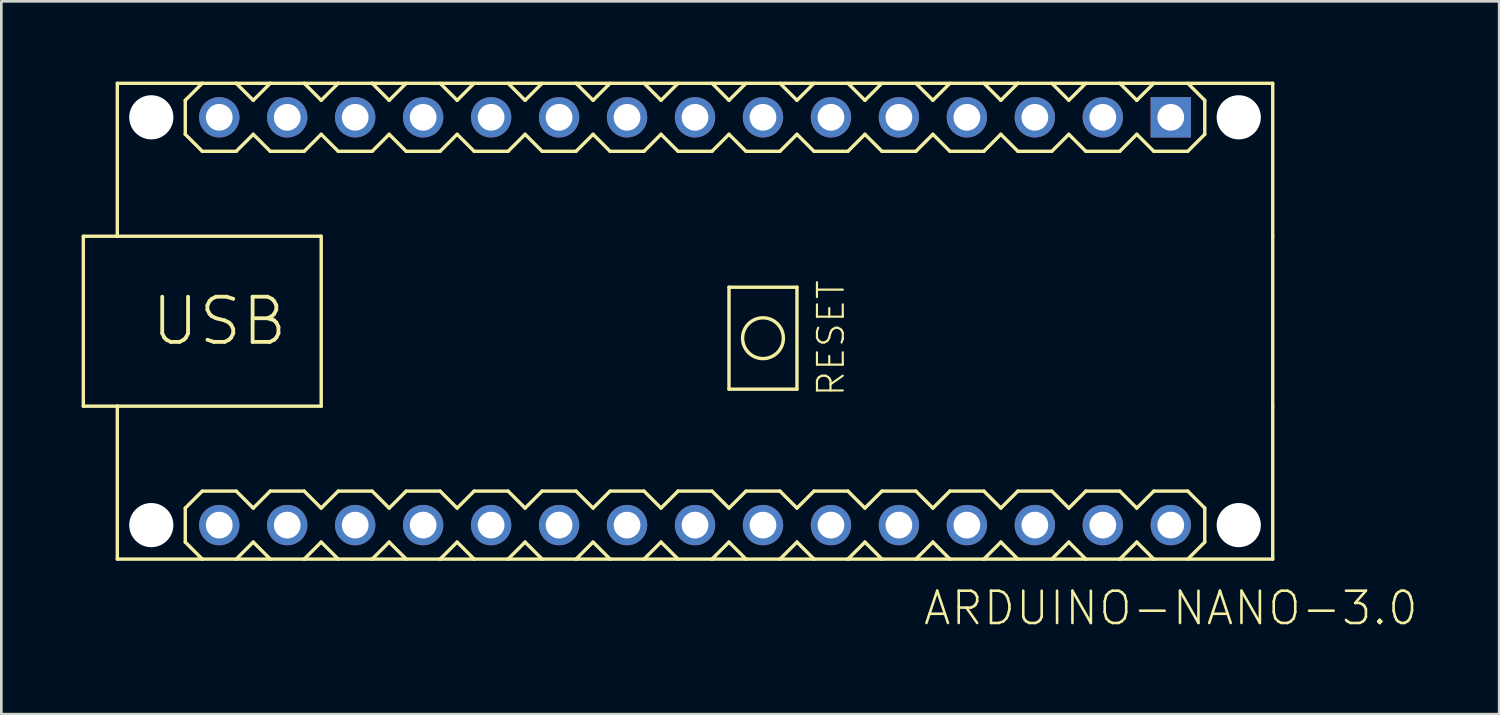
<source format=kicad_pcb>
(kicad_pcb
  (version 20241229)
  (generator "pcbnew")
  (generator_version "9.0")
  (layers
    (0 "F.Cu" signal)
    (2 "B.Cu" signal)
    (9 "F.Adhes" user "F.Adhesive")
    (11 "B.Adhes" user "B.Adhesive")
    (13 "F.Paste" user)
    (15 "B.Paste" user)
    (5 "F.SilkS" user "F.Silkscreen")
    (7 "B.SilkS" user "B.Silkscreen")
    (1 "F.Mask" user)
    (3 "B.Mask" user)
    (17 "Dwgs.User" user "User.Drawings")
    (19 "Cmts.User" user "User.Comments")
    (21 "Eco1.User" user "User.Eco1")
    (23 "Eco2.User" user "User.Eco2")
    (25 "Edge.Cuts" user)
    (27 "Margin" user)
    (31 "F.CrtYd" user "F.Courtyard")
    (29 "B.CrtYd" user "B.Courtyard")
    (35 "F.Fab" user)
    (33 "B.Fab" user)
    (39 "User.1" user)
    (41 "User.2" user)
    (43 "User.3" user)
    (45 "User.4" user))
  (footprint "ARDUINO-NANO-3.0"
    (layer "F.Cu")
    (at 22.924 8.954)
    (property "Reference" "ARDUINO-NANO-3.0" (at 17.78 11.43 180) (layer "F.SilkS") (effects (font (size 1.206 1.206) (thickness 0.097)) (justify bottom)))
    (attr through_hole)
    (fp_line (start -22.86 -3.175) (end -22.86 3.175) (stroke (width 0.127) (type solid)) (layer "F.SilkS"))
    (fp_line (start -22.86 3.175) (end -21.59 3.175) (stroke (width 0.127) (type solid)) (layer "F.SilkS"))
    (fp_line (start -21.59 -8.89) (end -21.59 -3.175) (stroke (width 0.127) (type solid)) (layer "F.SilkS"))
    (fp_line (start -21.59 -3.175) (end -22.86 -3.175) (stroke (width 0.127) (type solid)) (layer "F.SilkS"))
    (fp_line (start -21.59 -3.175) (end -13.97 -3.175) (stroke (width 0.127) (type solid)) (layer "F.SilkS"))
    (fp_line (start -21.59 3.175) (end -21.59 8.89) (stroke (width 0.127) (type solid)) (layer "F.SilkS"))
    (fp_line (start -21.59 8.89) (end -18.415 8.89) (stroke (width 0.127) (type solid)) (layer "F.SilkS"))
    (fp_line (start -19.05 -8.255) (end -19.05 -6.985) (stroke (width 0.127) (type solid)) (layer "F.SilkS"))
    (fp_line (start -19.05 -6.985) (end -18.415 -6.35) (stroke (width 0.127) (type solid)) (layer "F.SilkS"))
    (fp_line (start -19.05 6.985) (end -19.05 8.255) (stroke (width 0.127) (type solid)) (layer "F.SilkS"))
    (fp_line (start -19.05 8.255) (end -18.415 8.89) (stroke (width 0.127) (type solid)) (layer "F.SilkS"))
    (fp_line (start -18.415 -8.89) (end -21.59 -8.89) (stroke (width 0.127) (type solid)) (layer "F.SilkS"))
    (fp_line (start -18.415 -8.89) (end -19.05 -8.255) (stroke (width 0.127) (type solid)) (layer "F.SilkS"))
    (fp_line (start -18.415 -6.35) (end -17.145 -6.35) (stroke (width 0.127) (type solid)) (layer "F.SilkS"))
    (fp_line (start -18.415 6.35) (end -19.05 6.985) (stroke (width 0.127) (type solid)) (layer "F.SilkS"))
    (fp_line (start -18.415 8.89) (end -17.145 8.89) (stroke (width 0.127) (type solid)) (layer "F.SilkS"))
    (fp_line (start -17.145 -8.89) (end -18.415 -8.89) (stroke (width 0.127) (type solid)) (layer "F.SilkS"))
    (fp_line (start -17.145 -6.35) (end -16.51 -6.985) (stroke (width 0.127) (type solid)) (layer "F.SilkS"))
    (fp_line (start -17.145 6.35) (end -18.415 6.35) (stroke (width 0.127) (type solid)) (layer "F.SilkS"))
    (fp_line (start -17.145 8.89) (end -16.51 8.255) (stroke (width 0.127) (type solid)) (layer "F.SilkS"))
    (fp_line (start -17.145 8.89) (end -15.875 8.89) (stroke (width 0.127) (type solid)) (layer "F.SilkS"))
    (fp_line (start -16.51 -8.255) (end -17.145 -8.89) (stroke (width 0.127) (type solid)) (layer "F.SilkS"))
    (fp_line (start -16.51 -6.985) (end -15.875 -6.35) (stroke (width 0.127) (type solid)) (layer "F.SilkS"))
    (fp_line (start -16.51 6.985) (end -17.145 6.35) (stroke (width 0.127) (type solid)) (layer "F.SilkS"))
    (fp_line (start -16.51 8.255) (end -15.875 8.89) (stroke (width 0.127) (type solid)) (layer "F.SilkS"))
    (fp_line (start -15.875 -8.89) (end -17.145 -8.89) (stroke (width 0.127) (type solid)) (layer "F.SilkS"))
    (fp_line (start -15.875 -8.89) (end -16.51 -8.255) (stroke (width 0.127) (type solid)) (layer "F.SilkS"))
    (fp_line (start -15.875 -6.35) (end -14.605 -6.35) (stroke (width 0.127) (type solid)) (layer "F.SilkS"))
    (fp_line (start -15.875 6.35) (end -16.51 6.985) (stroke (width 0.127) (type solid)) (layer "F.SilkS"))
    (fp_line (start -15.875 8.89) (end -14.605 8.89) (stroke (width 0.127) (type solid)) (layer "F.SilkS"))
    (fp_line (start -14.605 -8.89) (end -15.875 -8.89) (stroke (width 0.127) (type solid)) (layer "F.SilkS"))
    (fp_line (start -14.605 -6.35) (end -13.97 -6.985) (stroke (width 0.127) (type solid)) (layer "F.SilkS"))
    (fp_line (start -14.605 6.35) (end -15.875 6.35) (stroke (width 0.127) (type solid)) (layer "F.SilkS"))
    (fp_line (start -14.605 8.89) (end -13.97 8.255) (stroke (width 0.127) (type solid)) (layer "F.SilkS"))
    (fp_line (start -14.605 8.89) (end -13.335 8.89) (stroke (width 0.127) (type solid)) (layer "F.SilkS"))
    (fp_line (start -13.97 -8.255) (end -14.605 -8.89) (stroke (width 0.127) (type solid)) (layer "F.SilkS"))
    (fp_line (start -13.97 -6.985) (end -13.335 -6.35) (stroke (width 0.127) (type solid)) (layer "F.SilkS"))
    (fp_line (start -13.97 -3.175) (end -13.97 3.175) (stroke (width 0.127) (type solid)) (layer "F.SilkS"))
    (fp_line (start -13.97 3.175) (end -21.59 3.175) (stroke (width 0.127) (type solid)) (layer "F.SilkS"))
    (fp_line (start -13.97 6.985) (end -14.605 6.35) (stroke (width 0.127) (type solid)) (layer "F.SilkS"))
    (fp_line (start -13.97 8.255) (end -13.335 8.89) (stroke (width 0.127) (type solid)) (layer "F.SilkS"))
    (fp_line (start -13.335 -8.89) (end -14.605 -8.89) (stroke (width 0.127) (type solid)) (layer "F.SilkS"))
    (fp_line (start -13.335 -8.89) (end -13.97 -8.255) (stroke (width 0.127) (type solid)) (layer "F.SilkS"))
    (fp_line (start -13.335 -6.35) (end -12.065 -6.35) (stroke (width 0.127) (type solid)) (layer "F.SilkS"))
    (fp_line (start -13.335 6.35) (end -13.97 6.985) (stroke (width 0.127) (type solid)) (layer "F.SilkS"))
    (fp_line (start -13.335 8.89) (end -12.065 8.89) (stroke (width 0.127) (type solid)) (layer "F.SilkS"))
    (fp_line (start -12.065 -8.89) (end -13.335 -8.89) (stroke (width 0.127) (type solid)) (layer "F.SilkS"))
    (fp_line (start -12.065 -6.35) (end -11.43 -6.985) (stroke (width 0.127) (type solid)) (layer "F.SilkS"))
    (fp_line (start -12.065 6.35) (end -13.335 6.35) (stroke (width 0.127) (type solid)) (layer "F.SilkS"))
    (fp_line (start -12.065 8.89) (end -11.43 8.255) (stroke (width 0.127) (type solid)) (layer "F.SilkS"))
    (fp_line (start -12.065 8.89) (end -9.525 8.89) (stroke (width 0.127) (type solid)) (layer "F.SilkS"))
    (fp_line (start -11.43 -8.255) (end -12.065 -8.89) (stroke (width 0.127) (type solid)) (layer "F.SilkS"))
    (fp_line (start -11.43 -6.985) (end -10.795 -6.35) (stroke (width 0.127) (type solid)) (layer "F.SilkS"))
    (fp_line (start -11.43 6.985) (end -12.065 6.35) (stroke (width 0.127) (type solid)) (layer "F.SilkS"))
    (fp_line (start -10.795 -8.89) (end -11.43 -8.255) (stroke (width 0.127) (type solid)) (layer "F.SilkS"))
    (fp_line (start -10.795 -6.35) (end -9.525 -6.35) (stroke (width 0.127) (type solid)) (layer "F.SilkS"))
    (fp_line (start -10.795 6.35) (end -11.43 6.985) (stroke (width 0.127) (type solid)) (layer "F.SilkS"))
    (fp_line (start -10.795 6.35) (end -9.525 6.35) (stroke (width 0.127) (type solid)) (layer "F.SilkS"))
    (fp_line (start -10.795 8.89) (end -11.43 8.255) (stroke (width 0.127) (type solid)) (layer "F.SilkS"))
    (fp_line (start -9.525 -6.35) (end -8.89 -6.985) (stroke (width 0.127) (type solid)) (layer "F.SilkS"))
    (fp_line (start -9.525 6.35) (end -8.89 6.985) (stroke (width 0.127) (type solid)) (layer "F.SilkS"))
    (fp_line (start -9.525 8.89) (end -8.89 8.255) (stroke (width 0.127) (type solid)) (layer "F.SilkS"))
    (fp_line (start -9.525 8.89) (end -8.255 8.89) (stroke (width 0.127) (type solid)) (layer "F.SilkS"))
    (fp_line (start -8.89 -8.255) (end -9.525 -8.89) (stroke (width 0.127) (type solid)) (layer "F.SilkS"))
    (fp_line (start -8.89 -6.985) (end -8.255 -6.35) (stroke (width 0.127) (type solid)) (layer "F.SilkS"))
    (fp_line (start -8.89 6.985) (end -8.255 6.35) (stroke (width 0.127) (type solid)) (layer "F.SilkS"))
    (fp_line (start -8.89 8.255) (end -8.255 8.89) (stroke (width 0.127) (type solid)) (layer "F.SilkS"))
    (fp_line (start -8.255 -8.89) (end -8.89 -8.255) (stroke (width 0.127) (type solid)) (layer "F.SilkS"))
    (fp_line (start -8.255 -6.35) (end -6.985 -6.35) (stroke (width 0.127) (type solid)) (layer "F.SilkS"))
    (fp_line (start -8.255 6.35) (end -6.985 6.35) (stroke (width 0.127) (type solid)) (layer "F.SilkS"))
    (fp_line (start -8.255 8.89) (end -6.985 8.89) (stroke (width 0.127) (type solid)) (layer "F.SilkS"))
    (fp_line (start -6.985 -6.35) (end -6.35 -6.985) (stroke (width 0.127) (type solid)) (layer "F.SilkS"))
    (fp_line (start -6.985 6.35) (end -6.35 6.985) (stroke (width 0.127) (type solid)) (layer "F.SilkS"))
    (fp_line (start -6.985 8.89) (end -6.35 8.255) (stroke (width 0.127) (type solid)) (layer "F.SilkS"))
    (fp_line (start -6.985 8.89) (end -5.715 8.89) (stroke (width 0.127) (type solid)) (layer "F.SilkS"))
    (fp_line (start -6.35 -8.255) (end -6.985 -8.89) (stroke (width 0.127) (type solid)) (layer "F.SilkS"))
    (fp_line (start -6.35 -6.985) (end -5.715 -6.35) (stroke (width 0.127) (type solid)) (layer "F.SilkS"))
    (fp_line (start -6.35 6.985) (end -5.715 6.35) (stroke (width 0.127) (type solid)) (layer "F.SilkS"))
    (fp_line (start -6.35 8.255) (end -5.715 8.89) (stroke (width 0.127) (type solid)) (layer "F.SilkS"))
    (fp_line (start -5.715 -8.89) (end -6.35 -8.255) (stroke (width 0.127) (type solid)) (layer "F.SilkS"))
    (fp_line (start -5.715 -6.35) (end -4.445 -6.35) (stroke (width 0.127) (type solid)) (layer "F.SilkS"))
    (fp_line (start -5.715 6.35) (end -4.445 6.35) (stroke (width 0.127) (type solid)) (layer "F.SilkS"))
    (fp_line (start -5.715 8.89) (end -4.445 8.89) (stroke (width 0.127) (type solid)) (layer "F.SilkS"))
    (fp_line (start -4.445 -8.89) (end -12.065 -8.89) (stroke (width 0.127) (type solid)) (layer "F.SilkS"))
    (fp_line (start -4.445 -6.35) (end -3.81 -6.985) (stroke (width 0.127) (type solid)) (layer "F.SilkS"))
    (fp_line (start -4.445 6.35) (end -3.81 6.985) (stroke (width 0.127) (type solid)) (layer "F.SilkS"))
    (fp_line (start -4.445 8.89) (end -3.81 8.255) (stroke (width 0.127) (type solid)) (layer "F.SilkS"))
    (fp_line (start -4.445 8.89) (end -3.175 8.89) (stroke (width 0.127) (type solid)) (layer "F.SilkS"))
    (fp_line (start -3.81 -8.255) (end -4.445 -8.89) (stroke (width 0.127) (type solid)) (layer "F.SilkS"))
    (fp_line (start -3.81 -6.985) (end -3.175 -6.35) (stroke (width 0.127) (type solid)) (layer "F.SilkS"))
    (fp_line (start -3.81 6.985) (end -3.175 6.35) (stroke (width 0.127) (type solid)) (layer "F.SilkS"))
    (fp_line (start -3.81 8.255) (end -3.175 8.89) (stroke (width 0.127) (type solid)) (layer "F.SilkS"))
    (fp_line (start -3.175 -8.89) (end -3.81 -8.255) (stroke (width 0.127) (type solid)) (layer "F.SilkS"))
    (fp_line (start -3.175 -6.35) (end -1.905 -6.35) (stroke (width 0.127) (type solid)) (layer "F.SilkS"))
    (fp_line (start -3.175 6.35) (end -1.905 6.35) (stroke (width 0.127) (type solid)) (layer "F.SilkS"))
    (fp_line (start -3.175 8.89) (end -1.905 8.89) (stroke (width 0.127) (type solid)) (layer "F.SilkS"))
    (fp_line (start -1.905 -6.35) (end -1.27 -6.985) (stroke (width 0.127) (type solid)) (layer "F.SilkS"))
    (fp_line (start -1.905 6.35) (end -1.27 6.985) (stroke (width 0.127) (type solid)) (layer "F.SilkS"))
    (fp_line (start -1.905 8.89) (end -1.27 8.255) (stroke (width 0.127) (type solid)) (layer "F.SilkS"))
    (fp_line (start -1.905 8.89) (end -0.635 8.89) (stroke (width 0.127) (type solid)) (layer "F.SilkS"))
    (fp_line (start -1.27 -8.255) (end -1.905 -8.89) (stroke (width 0.127) (type solid)) (layer "F.SilkS"))
    (fp_line (start -1.27 -6.985) (end -0.635 -6.35) (stroke (width 0.127) (type solid)) (layer "F.SilkS"))
    (fp_line (start -1.27 6.985) (end -0.635 6.35) (stroke (width 0.127) (type solid)) (layer "F.SilkS"))
    (fp_line (start -1.27 8.255) (end -0.635 8.89) (stroke (width 0.127) (type solid)) (layer "F.SilkS"))
    (fp_line (start -0.635 -8.89) (end -1.27 -8.255) (stroke (width 0.127) (type solid)) (layer "F.SilkS"))
    (fp_line (start -0.635 -6.35) (end 0.635 -6.35) (stroke (width 0.127) (type solid)) (layer "F.SilkS"))
    (fp_line (start -0.635 6.35) (end 0.635 6.35) (stroke (width 0.127) (type solid)) (layer "F.SilkS"))
    (fp_line (start -0.635 8.89) (end 0.635 8.89) (stroke (width 0.127) (type solid)) (layer "F.SilkS"))
    (fp_line (start 0.635 -6.35) (end 1.27 -6.985) (stroke (width 0.127) (type solid)) (layer "F.SilkS"))
    (fp_line (start 0.635 6.35) (end 1.27 6.985) (stroke (width 0.127) (type solid)) (layer "F.SilkS"))
    (fp_line (start 0.635 8.89) (end 1.27 8.255) (stroke (width 0.127) (type solid)) (layer "F.SilkS"))
    (fp_line (start 0.635 8.89) (end 1.905 8.89) (stroke (width 0.127) (type solid)) (layer "F.SilkS"))
    (fp_line (start 1.27 -8.255) (end 0.635 -8.89) (stroke (width 0.127) (type solid)) (layer "F.SilkS"))
    (fp_line (start 1.27 -6.985) (end 1.905 -6.35) (stroke (width 0.127) (type solid)) (layer "F.SilkS"))
    (fp_line (start 1.27 -1.27) (end 1.27 2.54) (stroke (width 0.127) (type solid)) (layer "F.SilkS"))
    (fp_line (start 1.27 2.54) (end 3.81 2.54) (stroke (width 0.127) (type solid)) (layer "F.SilkS"))
    (fp_line (start 1.27 6.985) (end 1.905 6.35) (stroke (width 0.127) (type solid)) (layer "F.SilkS"))
    (fp_line (start 1.27 8.255) (end 1.905 8.89) (stroke (width 0.127) (type solid)) (layer "F.SilkS"))
    (fp_line (start 1.905 -8.89) (end 1.27 -8.255) (stroke (width 0.127) (type solid)) (layer "F.SilkS"))
    (fp_line (start 1.905 -6.35) (end 3.175 -6.35) (stroke (width 0.127) (type solid)) (layer "F.SilkS"))
    (fp_line (start 1.905 6.35) (end 3.175 6.35) (stroke (width 0.127) (type solid)) (layer "F.SilkS"))
    (fp_line (start 1.905 8.89) (end 3.175 8.89) (stroke (width 0.127) (type solid)) (layer "F.SilkS"))
    (fp_line (start 3.175 -6.35) (end 3.81 -6.985) (stroke (width 0.127) (type solid)) (layer "F.SilkS"))
    (fp_line (start 3.175 6.35) (end 3.81 6.985) (stroke (width 0.127) (type solid)) (layer "F.SilkS"))
    (fp_line (start 3.175 8.89) (end 3.81 8.255) (stroke (width 0.127) (type solid)) (layer "F.SilkS"))
    (fp_line (start 3.175 8.89) (end 4.445 8.89) (stroke (width 0.127) (type solid)) (layer "F.SilkS"))
    (fp_line (start 3.81 -8.255) (end 3.175 -8.89) (stroke (width 0.127) (type solid)) (layer "F.SilkS"))
    (fp_line (start 3.81 -6.985) (end 4.445 -6.35) (stroke (width 0.127) (type solid)) (layer "F.SilkS"))
    (fp_line (start 3.81 -1.27) (end 1.27 -1.27) (stroke (width 0.127) (type solid)) (layer "F.SilkS"))
    (fp_line (start 3.81 2.54) (end 3.81 -1.27) (stroke (width 0.127) (type solid)) (layer "F.SilkS"))
    (fp_line (start 3.81 6.985) (end 4.445 6.35) (stroke (width 0.127) (type solid)) (layer "F.SilkS"))
    (fp_line (start 3.81 8.255) (end 4.445 8.89) (stroke (width 0.127) (type solid)) (layer "F.SilkS"))
    (fp_line (start 4.445 -8.89) (end 3.81 -8.255) (stroke (width 0.127) (type solid)) (layer "F.SilkS"))
    (fp_line (start 4.445 -6.35) (end 5.715 -6.35) (stroke (width 0.127) (type solid)) (layer "F.SilkS"))
    (fp_line (start 4.445 6.35) (end 5.715 6.35) (stroke (width 0.127) (type solid)) (layer "F.SilkS"))
    (fp_line (start 4.445 8.89) (end 5.715 8.89) (stroke (width 0.127) (type solid)) (layer "F.SilkS"))
    (fp_line (start 5.715 -6.35) (end 6.35 -6.985) (stroke (width 0.127) (type solid)) (layer "F.SilkS"))
    (fp_line (start 5.715 6.35) (end 6.35 6.985) (stroke (width 0.127) (type solid)) (layer "F.SilkS"))
    (fp_line (start 5.715 8.89) (end 6.35 8.255) (stroke (width 0.127) (type solid)) (layer "F.SilkS"))
    (fp_line (start 5.715 8.89) (end 6.985 8.89) (stroke (width 0.127) (type solid)) (layer "F.SilkS"))
    (fp_line (start 6.35 -8.255) (end 5.715 -8.89) (stroke (width 0.127) (type solid)) (layer "F.SilkS"))
    (fp_line (start 6.35 -6.985) (end 6.985 -6.35) (stroke (width 0.127) (type solid)) (layer "F.SilkS"))
    (fp_line (start 6.35 6.985) (end 6.985 6.35) (stroke (width 0.127) (type solid)) (layer "F.SilkS"))
    (fp_line (start 6.35 8.255) (end 6.985 8.89) (stroke (width 0.127) (type solid)) (layer "F.SilkS"))
    (fp_line (start 6.985 -8.89) (end 6.35 -8.255) (stroke (width 0.127) (type solid)) (layer "F.SilkS"))
    (fp_line (start 6.985 -6.35) (end 8.255 -6.35) (stroke (width 0.127) (type solid)) (layer "F.SilkS"))
    (fp_line (start 6.985 6.35) (end 8.255 6.35) (stroke (width 0.127) (type solid)) (layer "F.SilkS"))
    (fp_line (start 6.985 8.89) (end 8.255 8.89) (stroke (width 0.127) (type solid)) (layer "F.SilkS"))
    (fp_line (start 8.255 -6.35) (end 8.89 -6.985) (stroke (width 0.127) (type solid)) (layer "F.SilkS"))
    (fp_line (start 8.255 6.35) (end 8.89 6.985) (stroke (width 0.127) (type solid)) (layer "F.SilkS"))
    (fp_line (start 8.255 8.89) (end 8.89 8.255) (stroke (width 0.127) (type solid)) (layer "F.SilkS"))
    (fp_line (start 8.255 8.89) (end 9.525 8.89) (stroke (width 0.127) (type solid)) (layer "F.SilkS"))
    (fp_line (start 8.89 -8.255) (end 8.255 -8.89) (stroke (width 0.127) (type solid)) (layer "F.SilkS"))
    (fp_line (start 8.89 -6.985) (end 9.525 -6.35) (stroke (width 0.127) (type solid)) (layer "F.SilkS"))
    (fp_line (start 8.89 6.985) (end 9.525 6.35) (stroke (width 0.127) (type solid)) (layer "F.SilkS"))
    (fp_line (start 8.89 8.255) (end 9.525 8.89) (stroke (width 0.127) (type solid)) (layer "F.SilkS"))
    (fp_line (start 9.525 -8.89) (end 8.89 -8.255) (stroke (width 0.127) (type solid)) (layer "F.SilkS"))
    (fp_line (start 9.525 -6.35) (end 10.795 -6.35) (stroke (width 0.127) (type solid)) (layer "F.SilkS"))
    (fp_line (start 9.525 6.35) (end 10.795 6.35) (stroke (width 0.127) (type solid)) (layer "F.SilkS"))
    (fp_line (start 9.525 8.89) (end 10.795 8.89) (stroke (width 0.127) (type solid)) (layer "F.SilkS"))
    (fp_line (start 10.795 -6.35) (end 11.43 -6.985) (stroke (width 0.127) (type solid)) (layer "F.SilkS"))
    (fp_line (start 10.795 6.35) (end 11.43 6.985) (stroke (width 0.127) (type solid)) (layer "F.SilkS"))
    (fp_line (start 10.795 8.89) (end 11.43 8.255) (stroke (width 0.127) (type solid)) (layer "F.SilkS"))
    (fp_line (start 10.795 8.89) (end 12.065 8.89) (stroke (width 0.127) (type solid)) (layer "F.SilkS"))
    (fp_line (start 11.43 -8.255) (end 10.795 -8.89) (stroke (width 0.127) (type solid)) (layer "F.SilkS"))
    (fp_line (start 11.43 -8.255) (end 12.065 -8.89) (stroke (width 0.127) (type solid)) (layer "F.SilkS"))
    (fp_line (start 11.43 -6.985) (end 12.065 -6.35) (stroke (width 0.127) (type solid)) (layer "F.SilkS"))
    (fp_line (start 11.43 6.985) (end 12.065 6.35) (stroke (width 0.127) (type solid)) (layer "F.SilkS"))
    (fp_line (start 11.43 8.255) (end 12.065 8.89) (stroke (width 0.127) (type solid)) (layer "F.SilkS"))
    (fp_line (start 12.065 -8.89) (end -4.445 -8.89) (stroke (width 0.127) (type solid)) (layer "F.SilkS"))
    (fp_line (start 12.065 -6.35) (end 13.335 -6.35) (stroke (width 0.127) (type solid)) (layer "F.SilkS"))
    (fp_line (start 12.065 6.35) (end 13.335 6.35) (stroke (width 0.127) (type solid)) (layer "F.SilkS"))
    (fp_line (start 12.065 8.89) (end 13.335 8.89) (stroke (width 0.127) (type solid)) (layer "F.SilkS"))
    (fp_line (start 13.335 -6.35) (end 13.97 -6.985) (stroke (width 0.127) (type solid)) (layer "F.SilkS"))
    (fp_line (start 13.335 6.35) (end 13.97 6.985) (stroke (width 0.127) (type solid)) (layer "F.SilkS"))
    (fp_line (start 13.335 8.89) (end 13.97 8.255) (stroke (width 0.127) (type solid)) (layer "F.SilkS"))
    (fp_line (start 13.335 8.89) (end 14.605 8.89) (stroke (width 0.127) (type solid)) (layer "F.SilkS"))
    (fp_line (start 13.97 -8.255) (end 13.335 -8.89) (stroke (width 0.127) (type solid)) (layer "F.SilkS"))
    (fp_line (start 13.97 -6.985) (end 14.605 -6.35) (stroke (width 0.127) (type solid)) (layer "F.SilkS"))
    (fp_line (start 13.97 6.985) (end 14.605 6.35) (stroke (width 0.127) (type solid)) (layer "F.SilkS"))
    (fp_line (start 13.97 8.255) (end 14.605 8.89) (stroke (width 0.127) (type solid)) (layer "F.SilkS"))
    (fp_line (start 14.605 -8.89) (end 13.97 -8.255) (stroke (width 0.127) (type solid)) (layer "F.SilkS"))
    (fp_line (start 14.605 -6.35) (end 15.875 -6.35) (stroke (width 0.127) (type solid)) (layer "F.SilkS"))
    (fp_line (start 14.605 6.35) (end 15.875 6.35) (stroke (width 0.127) (type solid)) (layer "F.SilkS"))
    (fp_line (start 14.605 8.89) (end 15.875 8.89) (stroke (width 0.127) (type solid)) (layer "F.SilkS"))
    (fp_line (start 15.875 -8.89) (end 12.065 -8.89) (stroke (width 0.127) (type solid)) (layer "F.SilkS"))
    (fp_line (start 15.875 -6.35) (end 16.51 -6.985) (stroke (width 0.127) (type solid)) (layer "F.SilkS"))
    (fp_line (start 15.875 6.35) (end 16.51 6.985) (stroke (width 0.127) (type solid)) (layer "F.SilkS"))
    (fp_line (start 15.875 8.89) (end 17.145 8.89) (stroke (width 0.127) (type solid)) (layer "F.SilkS"))
    (fp_line (start 16.51 -8.255) (end 15.875 -8.89) (stroke (width 0.127) (type solid)) (layer "F.SilkS"))
    (fp_line (start 16.51 -6.985) (end 17.145 -6.35) (stroke (width 0.127) (type solid)) (layer "F.SilkS"))
    (fp_line (start 16.51 6.985) (end 17.145 6.35) (stroke (width 0.127) (type solid)) (layer "F.SilkS"))
    (fp_line (start 16.51 8.255) (end 15.875 8.89) (stroke (width 0.127) (type solid)) (layer "F.SilkS"))
    (fp_line (start 17.145 -8.89) (end 16.51 -8.255) (stroke (width 0.127) (type solid)) (layer "F.SilkS"))
    (fp_line (start 17.145 -6.35) (end 18.415 -6.35) (stroke (width 0.127) (type solid)) (layer "F.SilkS"))
    (fp_line (start 17.145 6.35) (end 18.415 6.35) (stroke (width 0.127) (type solid)) (layer "F.SilkS"))
    (fp_line (start 17.145 8.89) (end 16.51 8.255) (stroke (width 0.127) (type solid)) (layer "F.SilkS"))
    (fp_line (start 18.415 -6.35) (end 19.05 -6.985) (stroke (width 0.127) (type solid)) (layer "F.SilkS"))
    (fp_line (start 18.415 8.89) (end 19.05 8.255) (stroke (width 0.127) (type solid)) (layer "F.SilkS"))
    (fp_line (start 19.05 -8.255) (end 18.415 -8.89) (stroke (width 0.127) (type solid)) (layer "F.SilkS"))
    (fp_line (start 19.05 -8.255) (end 19.05 -6.985) (stroke (width 0.127) (type solid)) (layer "F.SilkS"))
    (fp_line (start 19.05 6.985) (end 18.415 6.35) (stroke (width 0.127) (type solid)) (layer "F.SilkS"))
    (fp_line (start 19.05 6.985) (end 19.05 8.255) (stroke (width 0.127) (type solid)) (layer "F.SilkS"))
    (fp_line (start 21.59 -8.89) (end 15.875 -8.89) (stroke (width 0.127) (type solid)) (layer "F.SilkS"))
    (fp_line (start 21.59 -8.89) (end 21.59 -3.175) (stroke (width 0.127) (type solid)) (layer "F.SilkS"))
    (fp_line (start 21.59 -3.175) (end 21.59 3.175) (stroke (width 0.127) (type solid)) (layer "F.SilkS"))
    (fp_line (start 21.59 3.175) (end 21.59 8.89) (stroke (width 0.127) (type solid)) (layer "F.SilkS"))
    (fp_line (start 21.59 8.89) (end 17.145 8.89) (stroke (width 0.127) (type solid)) (layer "F.SilkS"))
    (fp_circle (center 2.54 0.635) (end 3.302 0.635) (stroke (width 0.127) (type solid)) (fill no) (layer "F.SilkS"))
    (fp_text user "RESET" (at 5.08 0.635 90) (layer "F.SilkS") (effects (font (size 0.965 0.965) (thickness 0.081))))
    (fp_text user "USB" (at -17.78 0 0) (layer "F.SilkS") (effects (font (size 1.689 1.689) (thickness 0.142))))
    (pad "" np_thru_hole circle (at -20.32 -7.62) (size 1.651 1.651) (drill 1.651) (layers "*.Cu" "*.Mask"))
    (pad "" np_thru_hole circle (at -20.32 7.62) (size 1.651 1.651) (drill 1.651) (layers "*.Cu" "*.Mask"))
    (pad "" np_thru_hole circle (at 20.32 -7.62) (size 1.651 1.651) (drill 1.651) (layers "*.Cu" "*.Mask"))
    (pad "" np_thru_hole circle (at 20.32 7.62) (size 1.651 1.651) (drill 1.651) (layers "*.Cu" "*.Mask"))
    (pad "J1.1" thru_hole rect (at 17.78 -7.62) (size 1.508 1.508) (drill 1) (layers "*.Cu" "*.Mask"))
    (pad "J1.2" thru_hole circle (at 15.24 -7.62) (size 1.508 1.508) (drill 1) (layers "*.Cu" "*.Mask"))
    (pad "J1.3" thru_hole circle (at 12.7 -7.62) (size 1.508 1.508) (drill 1) (layers "*.Cu" "*.Mask"))
    (pad "J1.4" thru_hole circle (at 10.16 -7.62) (size 1.508 1.508) (drill 1) (layers "*.Cu" "*.Mask"))
    (pad "J1.5" thru_hole circle (at 7.62 -7.62) (size 1.508 1.508) (drill 1) (layers "*.Cu" "*.Mask"))
    (pad "J1.6" thru_hole circle (at 5.08 -7.62) (size 1.508 1.508) (drill 1) (layers "*.Cu" "*.Mask"))
    (pad "J1.7" thru_hole circle (at 2.54 -7.62) (size 1.508 1.508) (drill 1) (layers "*.Cu" "*.Mask"))
    (pad "J1.8" thru_hole circle (at 0 -7.62) (size 1.508 1.508) (drill 1) (layers "*.Cu" "*.Mask"))
    (pad "J1.9" thru_hole circle (at -2.54 -7.62) (size 1.508 1.508) (drill 1) (layers "*.Cu" "*.Mask"))
    (pad "J1.10" thru_hole circle (at -5.08 -7.62) (size 1.508 1.508) (drill 1) (layers "*.Cu" "*.Mask"))
    (pad "J1.11" thru_hole circle (at -7.62 -7.62) (size 1.508 1.508) (drill 1) (layers "*.Cu" "*.Mask"))
    (pad "J1.12" thru_hole circle (at -10.16 -7.62) (size 1.508 1.508) (drill 1) (layers "*.Cu" "*.Mask"))
    (pad "J1.13" thru_hole circle (at -12.7 -7.62) (size 1.508 1.508) (drill 1) (layers "*.Cu" "*.Mask"))
    (pad "J1.14" thru_hole circle (at -15.24 -7.62) (size 1.508 1.508) (drill 1) (layers "*.Cu" "*.Mask"))
    (pad "J1.15" thru_hole circle (at -17.78 -7.62) (size 1.508 1.508) (drill 1) (layers "*.Cu" "*.Mask"))
    (pad "J2.1" thru_hole circle (at 17.78 7.62) (size 1.508 1.508) (drill 1) (layers "*.Cu" "*.Mask"))
    (pad "J2.2" thru_hole circle (at 15.24 7.62) (size 1.508 1.508) (drill 1) (layers "*.Cu" "*.Mask"))
    (pad "J2.3" thru_hole circle (at 12.7 7.62) (size 1.508 1.508) (drill 1) (layers "*.Cu" "*.Mask"))
    (pad "J2.4" thru_hole circle (at 10.16 7.62) (size 1.508 1.508) (drill 1) (layers "*.Cu" "*.Mask"))
    (pad "J2.5" thru_hole circle (at 7.62 7.62) (size 1.508 1.508) (drill 1) (layers "*.Cu" "*.Mask"))
    (pad "J2.6" thru_hole circle (at 5.08 7.62) (size 1.508 1.508) (drill 1) (layers "*.Cu" "*.Mask"))
    (pad "J2.7" thru_hole circle (at 2.54 7.62) (size 1.508 1.508) (drill 1) (layers "*.Cu" "*.Mask"))
    (pad "J2.8" thru_hole circle (at 0 7.62) (size 1.508 1.508) (drill 1) (layers "*.Cu" "*.Mask"))
    (pad "J2.9" thru_hole circle (at -2.54 7.62) (size 1.508 1.508) (drill 1) (layers "*.Cu" "*.Mask"))
    (pad "J2.10" thru_hole circle (at -5.08 7.62) (size 1.508 1.508) (drill 1) (layers "*.Cu" "*.Mask"))
    (pad "J2.11" thru_hole circle (at -7.62 7.62) (size 1.508 1.508) (drill 1) (layers "*.Cu" "*.Mask"))
    (pad "J2.12" thru_hole circle (at -10.16 7.62) (size 1.508 1.508) (drill 1) (layers "*.Cu" "*.Mask"))
    (pad "J2.13" thru_hole circle (at -12.7 7.62) (size 1.508 1.508) (drill 1) (layers "*.Cu" "*.Mask"))
    (pad "J2.14" thru_hole circle (at -15.24 7.62) (size 1.508 1.508) (drill 1) (layers "*.Cu" "*.Mask"))
    (pad "J2.15" thru_hole circle (at -17.78 7.62) (size 1.508 1.508) (drill 1) (layers "*.Cu" "*.Mask")))
  (gr_rect
    (start -3 -3)
    (end 52.977 23.638)
    (stroke (width 0.1) (type default))
    (fill no)
    (layer "Edge.Cuts")))
</source>
